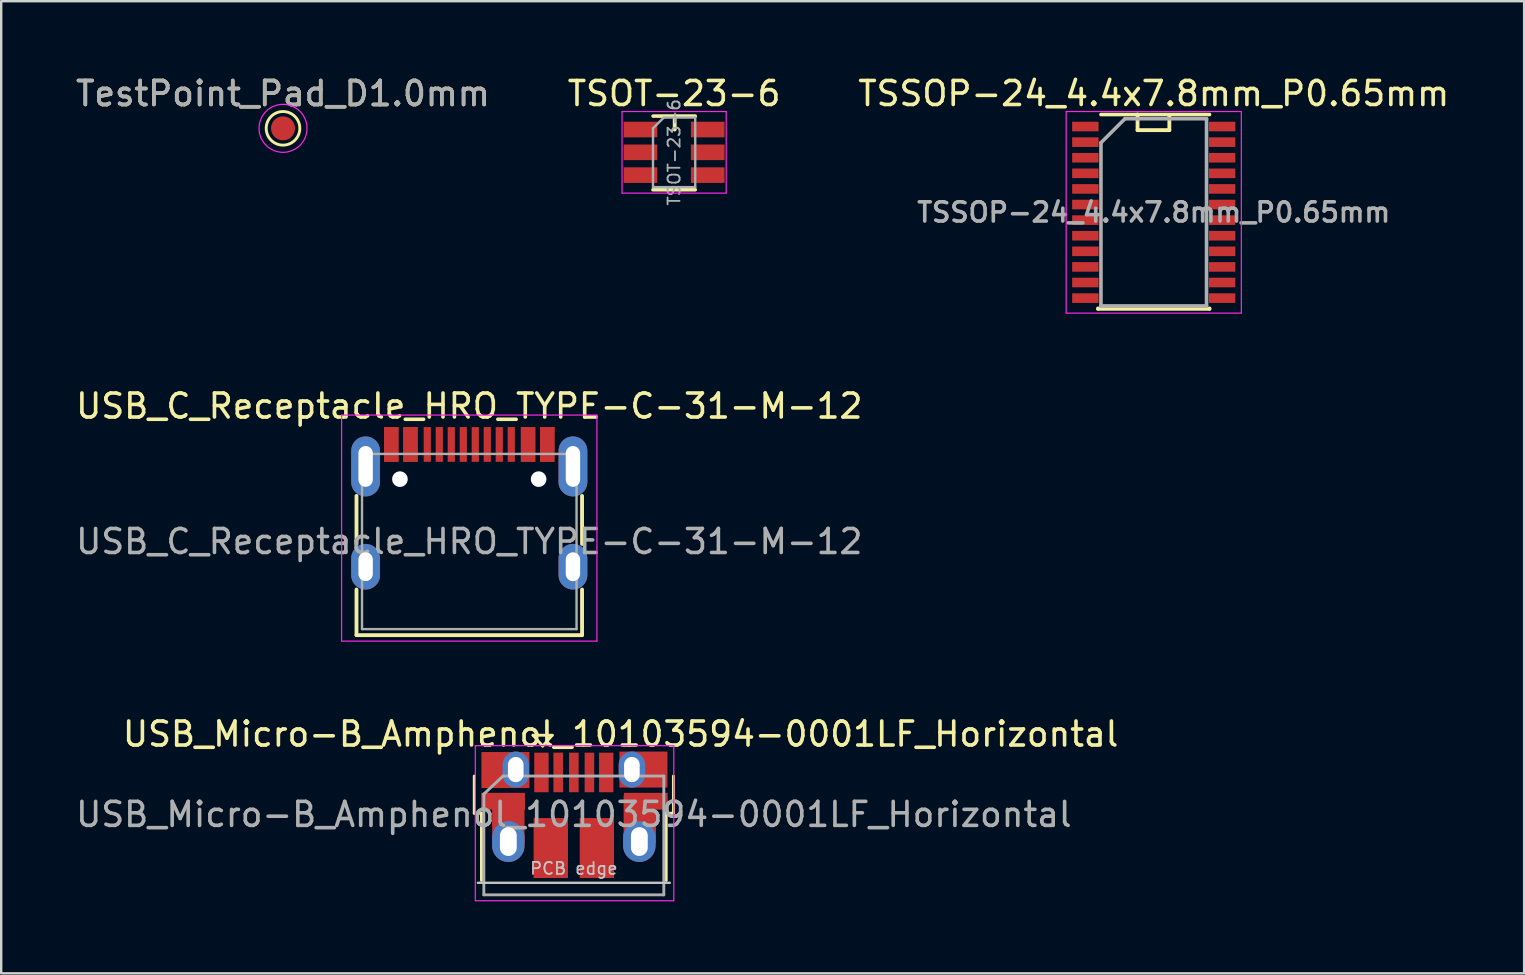
<source format=kicad_pcb>
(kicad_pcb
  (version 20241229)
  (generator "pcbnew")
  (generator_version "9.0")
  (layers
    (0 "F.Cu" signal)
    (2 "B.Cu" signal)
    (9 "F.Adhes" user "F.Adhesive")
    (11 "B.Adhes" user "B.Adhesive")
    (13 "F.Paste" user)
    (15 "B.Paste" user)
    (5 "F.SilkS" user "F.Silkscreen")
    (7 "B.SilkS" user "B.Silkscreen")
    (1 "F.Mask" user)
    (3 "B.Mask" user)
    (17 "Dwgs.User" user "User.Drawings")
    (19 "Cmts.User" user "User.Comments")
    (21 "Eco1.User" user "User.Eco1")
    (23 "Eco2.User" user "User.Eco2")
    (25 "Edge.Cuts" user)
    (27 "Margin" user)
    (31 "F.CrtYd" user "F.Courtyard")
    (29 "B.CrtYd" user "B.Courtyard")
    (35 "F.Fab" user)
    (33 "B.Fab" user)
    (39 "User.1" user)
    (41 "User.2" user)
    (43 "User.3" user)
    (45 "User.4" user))
  (footprint "TestPoint_Pad_D1.0mm"
    (layer "F.Cu")
    (at 8.744 2.298)
    (property "Reference" "TestPoint_Pad_D1.0mm" (at 0 -1.448 0) (layer "F.SilkS") (effects (font (size 1 1) (thickness 0.15))))
    (attr exclude_from_pos_files exclude_from_bom)
    (fp_circle (center 0 0) (end 0 0.7) (stroke (width 0.12) (type solid)) (fill no) (layer "F.SilkS"))
    (fp_circle (center 0 0) (end 1 0) (stroke (width 0.05) (type solid)) (fill no) (layer "F.CrtYd"))
    (fp_text user "${REFERENCE}" (at 0 -1.45 0) (layer "F.Fab") (effects (font (size 1 1) (thickness 0.15))))
    (pad "1" smd circle (at 0 0) (size 1 1) (layers "F.Cu" "F.Mask")))
  (footprint "TSOT-23-6"
    (layer "F.Cu")
    (at 25.042 3.298)
    (property "Reference" "TSOT-23-6" (at 0 -2.45 0) (layer "F.SilkS") (effects (font (size 1 1) (thickness 0.15))))
    (attr smd)
    (fp_line (start -0.88 1.56) (end 0.88 1.56) (stroke (width 0.15) (type solid)) (layer "F.SilkS"))
    (fp_line (start 0.025 -1.5) (end 0.025 -0.95) (stroke (width 0.16) (type solid)) (layer "F.SilkS"))
    (fp_line (start 0.88 -1.51) (end -0.875 -1.51) (stroke (width 0.15) (type solid)) (layer "F.SilkS"))
    (fp_line (start -2.17 -1.7) (end -2.17 1.7) (stroke (width 0.05) (type solid)) (layer "F.CrtYd"))
    (fp_line (start -2.17 -1.7) (end 2.17 -1.7) (stroke (width 0.05) (type solid)) (layer "F.CrtYd"))
    (fp_line (start 2.17 1.7) (end -2.17 1.7) (stroke (width 0.05) (type solid)) (layer "F.CrtYd"))
    (fp_line (start 2.17 1.7) (end 2.17 -1.7) (stroke (width 0.05) (type solid)) (layer "F.CrtYd"))
    (fp_line (start -0.88 -1) (end -0.88 1.45) (stroke (width 0.1) (type solid)) (layer "F.Fab"))
    (fp_line (start -0.88 -1) (end -0.43 -1.45) (stroke (width 0.1) (type solid)) (layer "F.Fab"))
    (fp_line (start 0.88 -1.45) (end -0.43 -1.45) (stroke (width 0.1) (type solid)) (layer "F.Fab"))
    (fp_line (start 0.88 -1.45) (end 0.88 1.45) (stroke (width 0.1) (type solid)) (layer "F.Fab"))
    (fp_line (start 0.88 1.45) (end -0.88 1.45) (stroke (width 0.1) (type solid)) (layer "F.Fab"))
    (fp_text user "${REFERENCE}" (at 0 0 90) (layer "F.Fab") (effects (font (size 0.5 0.5) (thickness 0.075))))
    (pad "1" smd rect (at -1.4 -0.95) (size 1.4 0.65) (layers "F.Cu" "F.Mask" "F.Paste"))
    (pad "2" smd rect (at -1.4 0) (size 1.4 0.65) (layers "F.Cu" "F.Mask" "F.Paste"))
    (pad "3" smd rect (at -1.4 0.95) (size 1.4 0.65) (layers "F.Cu" "F.Mask" "F.Paste"))
    (pad "4" smd rect (at 1.4 0.95) (size 1.4 0.65) (layers "F.Cu" "F.Mask" "F.Paste"))
    (pad "5" smd rect (at 1.4 0) (size 1.4 0.65) (layers "F.Cu" "F.Mask" "F.Paste"))
    (pad "6" smd rect (at 1.4 -0.95) (size 1.4 0.65) (layers "F.Cu" "F.Mask" "F.Paste")))
  (footprint "USB_C_Receptacle_HRO_TYPE-C-31-M-12"
    (layer "F.Cu")
    (at 16.506 19.517)
    (property "Reference" "USB_C_Receptacle_HRO_TYPE-C-31-M-12" (at 0 -5.645 0) (layer "F.SilkS") (effects (font (size 1 1) (thickness 0.15))))
    (attr smd)
    (fp_line (start -4.7 -1.9) (end -4.7 0.1) (stroke (width 0.16) (type solid)) (layer "F.SilkS"))
    (fp_line (start -4.7 2) (end -4.7 3.9) (stroke (width 0.16) (type solid)) (layer "F.SilkS"))
    (fp_line (start -4.7 3.9) (end 4.7 3.9) (stroke (width 0.16) (type solid)) (layer "F.SilkS"))
    (fp_line (start 4.7 -1.9) (end 4.7 0.1) (stroke (width 0.16) (type solid)) (layer "F.SilkS"))
    (fp_line (start 4.7 2) (end 4.7 3.9) (stroke (width 0.16) (type solid)) (layer "F.SilkS"))
    (fp_line (start -5.32 -5.27) (end -5.32 4.15) (stroke (width 0.05) (type solid)) (layer "F.CrtYd"))
    (fp_line (start -5.32 -5.27) (end 5.32 -5.27) (stroke (width 0.05) (type solid)) (layer "F.CrtYd"))
    (fp_line (start -5.32 4.15) (end 5.32 4.15) (stroke (width 0.05) (type solid)) (layer "F.CrtYd"))
    (fp_line (start 5.32 -5.27) (end 5.32 4.15) (stroke (width 0.05) (type solid)) (layer "F.CrtYd"))
    (fp_line (start -4.47 -3.65) (end -4.47 3.65) (stroke (width 0.1) (type solid)) (layer "F.Fab"))
    (fp_line (start -4.47 -3.65) (end 4.47 -3.65) (stroke (width 0.1) (type solid)) (layer "F.Fab"))
    (fp_line (start -4.47 3.65) (end 4.47 3.65) (stroke (width 0.1) (type solid)) (layer "F.Fab"))
    (fp_line (start 4.47 -3.65) (end 4.47 3.65) (stroke (width 0.1) (type solid)) (layer "F.Fab"))
    (fp_text user "${REFERENCE}" (at 0 0 0) (layer "F.Fab") (effects (font (size 1 1) (thickness 0.15))))
    (pad "" np_thru_hole circle (at -2.89 -2.6) (size 0.65 0.65) (drill 0.65) (layers "*.Cu" "*.Mask"))
    (pad "" np_thru_hole circle (at 2.89 -2.6) (size 0.65 0.65) (drill 0.65) (layers "*.Cu" "*.Mask"))
    (pad "A1" smd rect (at -3.25 -4.045) (size 0.6 1.45) (layers "F.Cu" "F.Mask" "F.Paste"))
    (pad "A4" smd rect (at -2.45 -4.045) (size 0.6 1.45) (layers "F.Cu" "F.Mask" "F.Paste"))
    (pad "A5" smd rect (at -1.25 -4.045) (size 0.3 1.45) (layers "F.Cu" "F.Mask" "F.Paste"))
    (pad "A6" smd rect (at -0.25 -4.045) (size 0.3 1.45) (layers "F.Cu" "F.Mask" "F.Paste"))
    (pad "A7" smd rect (at 0.25 -4.045) (size 0.3 1.45) (layers "F.Cu" "F.Mask" "F.Paste"))
    (pad "A8" smd rect (at 1.25 -4.045) (size 0.3 1.45) (layers "F.Cu" "F.Mask" "F.Paste"))
    (pad "A9" smd rect (at 2.45 -4.045) (size 0.6 1.45) (layers "F.Cu" "F.Mask" "F.Paste"))
    (pad "A12" smd rect (at 3.25 -4.045) (size 0.6 1.45) (layers "F.Cu" "F.Mask" "F.Paste"))
    (pad "B1" smd rect (at 3.25 -4.045) (size 0.6 1.45) (layers "F.Cu" "F.Mask" "F.Paste"))
    (pad "B4" smd rect (at 2.45 -4.045) (size 0.6 1.45) (layers "F.Cu" "F.Mask" "F.Paste"))
    (pad "B5" smd rect (at 1.75 -4.045) (size 0.3 1.45) (layers "F.Cu" "F.Mask" "F.Paste"))
    (pad "B6" smd rect (at 0.75 -4.045) (size 0.3 1.45) (layers "F.Cu" "F.Mask" "F.Paste"))
    (pad "B7" smd rect (at -0.75 -4.045) (size 0.3 1.45) (layers "F.Cu" "F.Mask" "F.Paste"))
    (pad "B8" smd rect (at -1.75 -4.045) (size 0.3 1.45) (layers "F.Cu" "F.Mask" "F.Paste"))
    (pad "B9" smd rect (at -2.45 -4.045) (size 0.6 1.45) (layers "F.Cu" "F.Mask" "F.Paste"))
    (pad "B12" smd rect (at -3.25 -4.045) (size 0.6 1.45) (layers "F.Cu" "F.Mask" "F.Paste"))
    (pad "S1" thru_hole oval (at -4.32 -3.13) (size 1.2 2.5) (drill oval 0.6 1.7) (layers "*.Cu" "*.Mask"))
    (pad "S1" thru_hole oval (at -4.32 1.05) (size 1.2 1.9) (drill oval 0.6 1.2) (layers "*.Cu" "*.Mask"))
    (pad "S1" thru_hole oval (at 4.32 -3.13) (size 1.2 2.5) (drill oval 0.6 1.7) (layers "*.Cu" "*.Mask"))
    (pad "S1" thru_hole oval (at 4.32 1.05) (size 1.2 1.9) (drill oval 0.6 1.2) (layers "*.Cu" "*.Mask")))
  (footprint "TSSOP-24_4.4x7.8mm_P0.65mm"
    (layer "F.Cu")
    (at 45.03 5.798)
    (property "Reference" "TSSOP-24_4.4x7.8mm_P0.65mm" (at 0 -4.95 0) (layer "F.SilkS") (effects (font (size 1 1) (thickness 0.15))))
    (attr smd)
    (fp_line (start -2.325 4.025) (end -2.325 4) (stroke (width 0.15) (type solid)) (layer "F.SilkS"))
    (fp_line (start -2.325 4.025) (end 2.325 4.025) (stroke (width 0.15) (type solid)) (layer "F.SilkS"))
    (fp_line (start -2.2 -4.075) (end 2.325 -4.075) (stroke (width 0.15) (type solid)) (layer "F.SilkS"))
    (fp_line (start -0.675 -4.075) (end -0.675 -3.425) (stroke (width 0.16) (type solid)) (layer "F.SilkS"))
    (fp_line (start -0.675 -3.425) (end 0.65 -3.425) (stroke (width 0.16) (type solid)) (layer "F.SilkS"))
    (fp_line (start 0.65 -3.425) (end 0.65 -4.05) (stroke (width 0.16) (type solid)) (layer "F.SilkS"))
    (fp_line (start 2.325 4.025) (end 2.325 4) (stroke (width 0.15) (type solid)) (layer "F.SilkS"))
    (fp_line (start -3.65 -4.2) (end -3.65 4.2) (stroke (width 0.05) (type solid)) (layer "F.CrtYd"))
    (fp_line (start -3.65 -4.2) (end 3.65 -4.2) (stroke (width 0.05) (type solid)) (layer "F.CrtYd"))
    (fp_line (start -3.65 4.2) (end 3.65 4.2) (stroke (width 0.05) (type solid)) (layer "F.CrtYd"))
    (fp_line (start 3.65 -4.2) (end 3.65 4.2) (stroke (width 0.05) (type solid)) (layer "F.CrtYd"))
    (fp_line (start -2.2 -2.9) (end -1.2 -3.9) (stroke (width 0.15) (type solid)) (layer "F.Fab"))
    (fp_line (start -2.2 3.9) (end -2.2 -2.9) (stroke (width 0.15) (type solid)) (layer "F.Fab"))
    (fp_line (start -1.2 -3.9) (end 2.2 -3.9) (stroke (width 0.15) (type solid)) (layer "F.Fab"))
    (fp_line (start 2.2 -3.9) (end 2.2 3.9) (stroke (width 0.15) (type solid)) (layer "F.Fab"))
    (fp_line (start 2.2 3.9) (end -2.2 3.9) (stroke (width 0.15) (type solid)) (layer "F.Fab"))
    (fp_text user "${REFERENCE}" (at 0 0 0) (layer "F.Fab") (effects (font (size 0.8 0.8) (thickness 0.15))))
    (pad "1" smd rect (at -2.85 -3.575) (size 1.1 0.4) (layers "F.Cu" "F.Mask" "F.Paste"))
    (pad "2" smd rect (at -2.85 -2.925) (size 1.1 0.4) (layers "F.Cu" "F.Mask" "F.Paste"))
    (pad "3" smd rect (at -2.85 -2.275) (size 1.1 0.4) (layers "F.Cu" "F.Mask" "F.Paste"))
    (pad "4" smd rect (at -2.85 -1.625) (size 1.1 0.4) (layers "F.Cu" "F.Mask" "F.Paste"))
    (pad "5" smd rect (at -2.85 -0.975) (size 1.1 0.4) (layers "F.Cu" "F.Mask" "F.Paste"))
    (pad "6" smd rect (at -2.85 -0.325) (size 1.1 0.4) (layers "F.Cu" "F.Mask" "F.Paste"))
    (pad "7" smd rect (at -2.85 0.325) (size 1.1 0.4) (layers "F.Cu" "F.Mask" "F.Paste"))
    (pad "8" smd rect (at -2.85 0.975) (size 1.1 0.4) (layers "F.Cu" "F.Mask" "F.Paste"))
    (pad "9" smd rect (at -2.85 1.625) (size 1.1 0.4) (layers "F.Cu" "F.Mask" "F.Paste"))
    (pad "10" smd rect (at -2.85 2.275) (size 1.1 0.4) (layers "F.Cu" "F.Mask" "F.Paste"))
    (pad "11" smd rect (at -2.85 2.925) (size 1.1 0.4) (layers "F.Cu" "F.Mask" "F.Paste"))
    (pad "12" smd rect (at -2.85 3.575) (size 1.1 0.4) (layers "F.Cu" "F.Mask" "F.Paste"))
    (pad "13" smd rect (at 2.85 3.575) (size 1.1 0.4) (layers "F.Cu" "F.Mask" "F.Paste"))
    (pad "14" smd rect (at 2.85 2.925) (size 1.1 0.4) (layers "F.Cu" "F.Mask" "F.Paste"))
    (pad "15" smd rect (at 2.85 2.275) (size 1.1 0.4) (layers "F.Cu" "F.Mask" "F.Paste"))
    (pad "16" smd rect (at 2.85 1.625) (size 1.1 0.4) (layers "F.Cu" "F.Mask" "F.Paste"))
    (pad "17" smd rect (at 2.85 0.975) (size 1.1 0.4) (layers "F.Cu" "F.Mask" "F.Paste"))
    (pad "18" smd rect (at 2.85 0.325) (size 1.1 0.4) (layers "F.Cu" "F.Mask" "F.Paste"))
    (pad "19" smd rect (at 2.85 -0.325) (size 1.1 0.4) (layers "F.Cu" "F.Mask" "F.Paste"))
    (pad "20" smd rect (at 2.85 -0.975) (size 1.1 0.4) (layers "F.Cu" "F.Mask" "F.Paste"))
    (pad "21" smd rect (at 2.85 -1.625) (size 1.1 0.4) (layers "F.Cu" "F.Mask" "F.Paste"))
    (pad "22" smd rect (at 2.85 -2.275) (size 1.1 0.4) (layers "F.Cu" "F.Mask" "F.Paste"))
    (pad "23" smd rect (at 2.85 -2.925) (size 1.1 0.4) (layers "F.Cu" "F.Mask" "F.Paste"))
    (pad "24" smd rect (at 2.85 -3.575) (size 1.1 0.4) (layers "F.Cu" "F.Mask" "F.Paste")))
  (footprint "USB_Micro-B_Amphenol_10103594-0001LF_Horizontal"
    (layer "F.Cu")
    (at 20.888 30.905)
    (property "Reference" "USB_Micro-B_Amphenol_10103594-0001LF_Horizontal" (at 1.925 -3.365 0) (layer "F.SilkS") (effects (font (size 1 1) (thickness 0.15))))
    (attr smd)
    (fp_line (start -4.175 -0.065) (end -4.175 -1.615) (stroke (width 0.12) (type solid)) (layer "F.SilkS"))
    (fp_line (start -4.175 -0.065) (end -3.875 -0.065) (stroke (width 0.12) (type solid)) (layer "F.SilkS"))
    (fp_line (start -3.875 2.735) (end -3.875 -0.065) (stroke (width 0.12) (type solid)) (layer "F.SilkS"))
    (fp_line (start -1.725 -3.315) (end -0.925 -3.315) (stroke (width 0.12) (type solid)) (layer "F.SilkS"))
    (fp_line (start -1.325 -2.865) (end -1.725 -3.315) (stroke (width 0.12) (type solid)) (layer "F.SilkS"))
    (fp_line (start -0.925 -3.315) (end -1.325 -2.865) (stroke (width 0.12) (type solid)) (layer "F.SilkS"))
    (fp_line (start 3.825 -0.065) (end 4.125 -0.065) (stroke (width 0.12) (type solid)) (layer "F.SilkS"))
    (fp_line (start 3.825 2.735) (end 3.825 -0.065) (stroke (width 0.12) (type solid)) (layer "F.SilkS"))
    (fp_line (start 4.125 -0.065) (end 4.125 -1.615) (stroke (width 0.12) (type solid)) (layer "F.SilkS"))
    (fp_line (start -4.025 2.835) (end 3.975 2.835) (stroke (width 0.1) (type solid)) (layer "Dwgs.User"))
    (fp_line (start -4.13 -2.88) (end -4.13 3.58) (stroke (width 0.05) (type solid)) (layer "F.CrtYd"))
    (fp_line (start -4.13 -2.88) (end 4.14 -2.88) (stroke (width 0.05) (type solid)) (layer "F.CrtYd"))
    (fp_line (start 4.14 3.58) (end -4.13 3.58) (stroke (width 0.05) (type solid)) (layer "F.CrtYd"))
    (fp_line (start 4.14 3.58) (end 4.14 -2.88) (stroke (width 0.05) (type solid)) (layer "F.CrtYd"))
    (fp_line (start -3.775 -0.865) (end -2.975 -1.615) (stroke (width 0.12) (type solid)) (layer "F.Fab"))
    (fp_line (start -3.775 3.335) (end -3.775 -0.865) (stroke (width 0.12) (type solid)) (layer "F.Fab"))
    (fp_line (start -2.975 -1.615) (end 3.725 -1.615) (stroke (width 0.12) (type solid)) (layer "F.Fab"))
    (fp_line (start 3.725 -1.615) (end 3.725 3.335) (stroke (width 0.12) (type solid)) (layer "F.Fab"))
    (fp_line (start 3.725 3.335) (end -3.775 3.335) (stroke (width 0.12) (type solid)) (layer "F.Fab"))
    (fp_text user "PCB edge" (at -0.025 2.235 0) (layer "Dwgs.User") (effects (font (size 0.5 0.5) (thickness 0.075))))
    (fp_text user "${REFERENCE}" (at -0.025 -0.015 0) (layer "F.Fab") (effects (font (size 1 1) (thickness 0.15))))
    (pad "1" smd rect (at -1.375 -1.765 90) (size 1.65 0.6) (layers "F.Cu" "F.Mask" "F.Paste"))
    (pad "2" smd rect (at -0.675 -1.765 90) (size 1.65 0.4) (layers "F.Cu" "F.Mask" "F.Paste"))
    (pad "3" smd rect (at -0.025 -1.765 90) (size 1.65 0.4) (layers "F.Cu" "F.Mask" "F.Paste"))
    (pad "4" smd rect (at 0.625 -1.765 90) (size 1.65 0.4) (layers "F.Cu" "F.Mask" "F.Paste"))
    (pad "5" smd rect (at 1.325 -1.765 90) (size 1.65 0.6) (layers "F.Cu" "F.Mask" "F.Paste"))
    (pad "6" smd rect (at -2.975 -0.565) (size 1.825 0.7) (layers "F.Cu" "F.Mask" "F.Paste"))
    (pad "6" smd rect (at -2.875 -1.865) (size 2 1.5) (layers "F.Cu" "F.Mask" "F.Paste"))
    (pad "6" smd rect (at -2.755 0.185) (size 1.35 2) (layers "F.Cu" "F.Mask" "F.Paste"))
    (pad "6" thru_hole oval (at -2.755 1.115 90) (size 1.7 1.35) (drill oval 1.2 0.7) (layers "*.Cu" "*.Mask"))
    (pad "6" thru_hole oval (at -2.445 -1.885 90) (size 1.5 1.1) (drill oval 1.05 0.65) (layers "*.Cu" "*.Mask"))
    (pad "6" smd rect (at -0.985 1.385 90) (size 2.5 1.43) (layers "F.Cu" "F.Mask" "F.Paste"))
    (pad "6" smd rect (at 0.935 1.385 90) (size 2.5 1.43) (layers "F.Cu" "F.Mask" "F.Paste"))
    (pad "6" thru_hole oval (at 2.395 -1.885 90) (size 1.5 1.1) (drill oval 1.05 0.65) (layers "*.Cu" "*.Mask"))
    (pad "6" thru_hole oval (at 2.705 1.115 90) (size 1.7 1.35) (drill oval 1.2 0.7) (layers "*.Cu" "*.Mask"))
    (pad "6" smd rect (at 2.725 0.185) (size 1.35 2) (layers "F.Cu" "F.Mask" "F.Paste"))
    (pad "6" smd rect (at 2.875 -1.885) (size 2 1.5) (layers "F.Cu" "F.Mask" "F.Paste"))
    (pad "6" smd rect (at 2.975 -0.565) (size 1.825 0.7) (layers "F.Cu" "F.Mask" "F.Paste")))
  (gr_rect
    (start -3 -3)
    (end 60.464 37.51)
    (stroke (width 0.1) (type default))
    (fill no)
    (layer "Edge.Cuts")))
</source>
